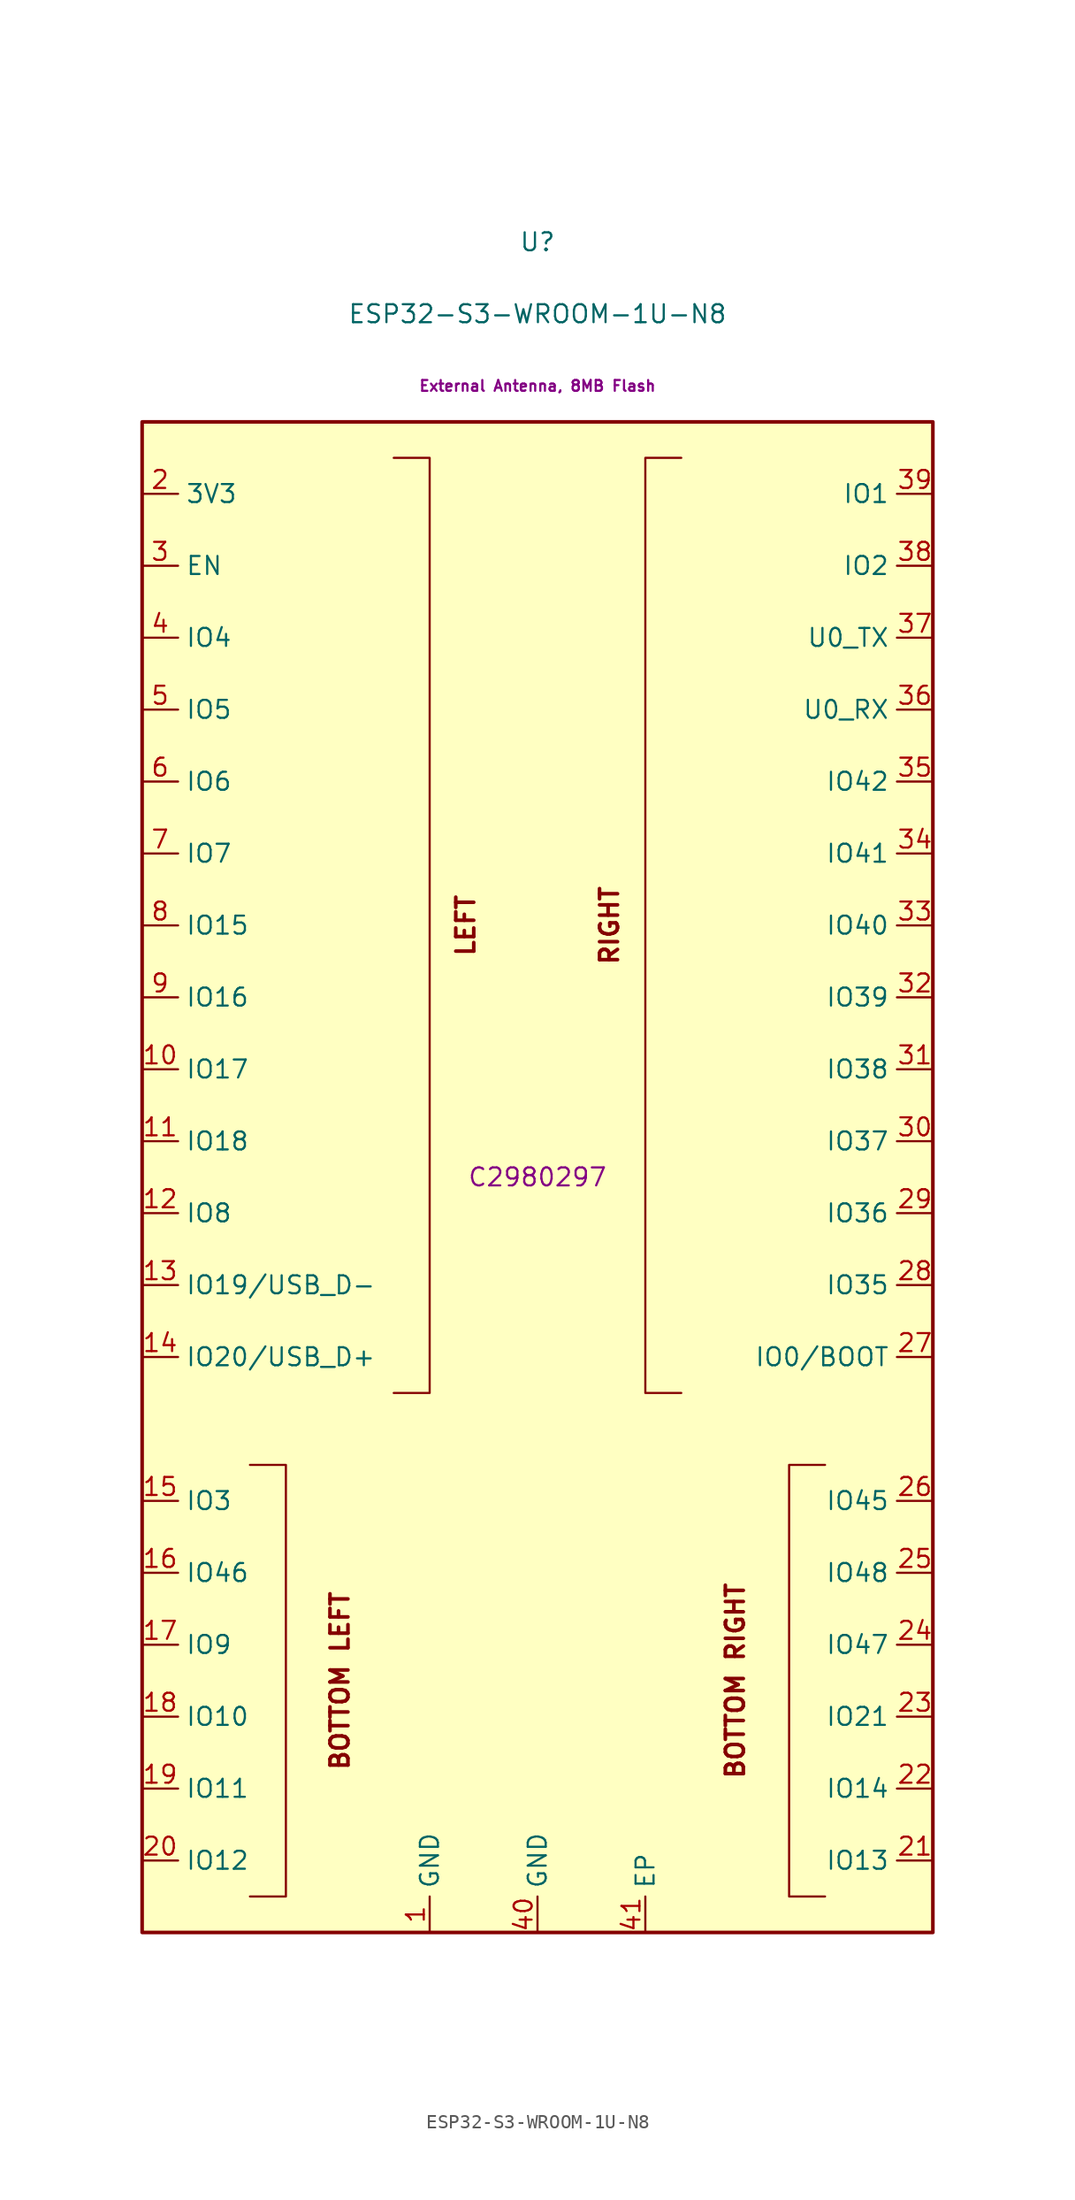
<source format=kicad_sym>
(kicad_symbol_lib
  (version 20231120)
  (generator "kicad_symbol_editor")
  (generator_version "8.0")
  (symbol "ESP32-S3-WROOM-1U-N8"
    (property "Reference" "U"
      (at 0 66.04 0)
      (effects (font (size 1.27 1.27))))
    (property "Value" "ESP32-S3-WROOM-1U-N8"
      (at 0 60.96 0)
      (effects (font (size 1.27 1.27))))
    (property "Extra Values" "External Antenna, 8MB Flash"
      (at 0 55.88 0)
      (effects (font (size 0.762 0.762) (bold yes))))
    (property "LCSC Part" "C2980297"
      (at 0 0 0)
      (effects (font (size 1.27 1.27))))
    (symbol "ESP32-S3-WROOM-1U-N8_0_0"
      (rectangle (start -27.94 53.34) (end 27.94 -53.34) (stroke (width 0.254) (type default)) (fill (type background))))
    (symbol "ESP32-S3-WROOM-1U-N8_0_1"
      (polyline (pts (xy -20.32 -50.8) (xy -17.78 -50.8) (xy -17.78 -20.32) (xy -20.32 -20.32)) (stroke (width 0) (type default)) (fill (type none)))
      (polyline (pts (xy -10.16 -15.24) (xy -7.62 -15.24) (xy -7.62 50.8) (xy -10.16 50.8)) (stroke (width 0) (type default)) (fill (type none)))
      (polyline (pts (xy 10.16 50.8) (xy 7.62 50.8) (xy 7.62 -15.24) (xy 10.16 -15.24)) (stroke (width 0) (type default)) (fill (type none)))
      (polyline (pts (xy 20.32 -20.32) (xy 17.78 -20.32) (xy 17.78 -50.8) (xy 20.32 -50.8)) (stroke (width 0) (type default)) (fill (type none))))
    (symbol "ESP32-S3-WROOM-1U-N8_1_1"
      (text "BOTTOM LEFT" (at -13.97 -35.56 900) (effects (font (size 1.27 1.27) (bold yes))))
      (text "BOTTOM RIGHT" (at 13.97 -35.56 900) (effects (font (size 1.27 1.27) (bold yes))))
      (text "LEFT" (at -5.08 17.78 900) (effects (font (size 1.27 1.27) (bold yes))))
      (text "RIGHT" (at 5.08 17.78 900) (effects (font (size 1.27 1.27) (bold yes))))
      (pin power_in line (at -7.62 -53.34 90) (length 2.54) (name "GND" (effects (font (size 1.27 1.27)))) (number "1" (effects (font (size 1.27 1.27)))))
      (pin bidirectional line (at -27.94 7.62 0) (length 2.54) (name "IO17" (effects (font (size 1.27 1.27)))) (number "10" (effects (font (size 1.27 1.27)))))
      (pin bidirectional line (at -27.94 2.54 0) (length 2.54) (name "IO18" (effects (font (size 1.27 1.27)))) (number "11" (effects (font (size 1.27 1.27)))))
      (pin bidirectional line (at -27.94 -2.54 0) (length 2.54) (name "IO8" (effects (font (size 1.27 1.27)))) (number "12" (effects (font (size 1.27 1.27)))))
      (pin bidirectional line (at -27.94 -7.62 0) (length 2.54) (name "IO19/USB_D-" (effects (font (size 1.27 1.27)))) (number "13" (effects (font (size 1.27 1.27)))))
      (pin bidirectional line (at -27.94 -12.7 0) (length 2.54) (name "IO20/USB_D+" (effects (font (size 1.27 1.27)))) (number "14" (effects (font (size 1.27 1.27)))))
      (pin bidirectional line (at -27.94 -22.86 0) (length 2.54) (name "IO3" (effects (font (size 1.27 1.27)))) (number "15" (effects (font (size 1.27 1.27)))))
      (pin bidirectional line (at -27.94 -27.94 0) (length 2.54) (name "IO46" (effects (font (size 1.27 1.27)))) (number "16" (effects (font (size 1.27 1.27)))))
      (pin bidirectional line (at -27.94 -33.02 0) (length 2.54) (name "IO9" (effects (font (size 1.27 1.27)))) (number "17" (effects (font (size 1.27 1.27)))))
      (pin bidirectional line (at -27.94 -38.1 0) (length 2.54) (name "IO10" (effects (font (size 1.27 1.27)))) (number "18" (effects (font (size 1.27 1.27)))))
      (pin bidirectional line (at -27.94 -43.18 0) (length 2.54) (name "IO11" (effects (font (size 1.27 1.27)))) (number "19" (effects (font (size 1.27 1.27)))))
      (pin power_in line (at -27.94 48.26 0) (length 2.54) (name "3V3" (effects (font (size 1.27 1.27)))) (number "2" (effects (font (size 1.27 1.27)))))
      (pin bidirectional line (at -27.94 -48.26 0) (length 2.54) (name "IO12" (effects (font (size 1.27 1.27)))) (number "20" (effects (font (size 1.27 1.27)))))
      (pin bidirectional line (at 27.94 -48.26 180) (length 2.54) (name "IO13" (effects (font (size 1.27 1.27)))) (number "21" (effects (font (size 1.27 1.27)))))
      (pin bidirectional line (at 27.94 -43.18 180) (length 2.54) (name "IO14" (effects (font (size 1.27 1.27)))) (number "22" (effects (font (size 1.27 1.27)))))
      (pin bidirectional line (at 27.94 -38.1 180) (length 2.54) (name "IO21" (effects (font (size 1.27 1.27)))) (number "23" (effects (font (size 1.27 1.27)))))
      (pin bidirectional line (at 27.94 -33.02 180) (length 2.54) (name "IO47" (effects (font (size 1.27 1.27)))) (number "24" (effects (font (size 1.27 1.27)))))
      (pin bidirectional line (at 27.94 -27.94 180) (length 2.54) (name "IO48" (effects (font (size 1.27 1.27)))) (number "25" (effects (font (size 1.27 1.27)))))
      (pin bidirectional line (at 27.94 -22.86 180) (length 2.54) (name "IO45" (effects (font (size 1.27 1.27)))) (number "26" (effects (font (size 1.27 1.27)))))
      (pin bidirectional line (at 27.94 -12.7 180) (length 2.54) (name "IO0/BOOT" (effects (font (size 1.27 1.27)))) (number "27" (effects (font (size 1.27 1.27)))))
      (pin bidirectional line (at 27.94 -7.62 180) (length 2.54) (name "IO35" (effects (font (size 1.27 1.27)))) (number "28" (effects (font (size 1.27 1.27)))))
      (pin bidirectional line (at 27.94 -2.54 180) (length 2.54) (name "IO36" (effects (font (size 1.27 1.27)))) (number "29" (effects (font (size 1.27 1.27)))))
      (pin input line (at -27.94 43.18 0) (length 2.54) (name "EN" (effects (font (size 1.27 1.27)))) (number "3" (effects (font (size 1.27 1.27)))))
      (pin bidirectional line (at 27.94 2.54 180) (length 2.54) (name "IO37" (effects (font (size 1.27 1.27)))) (number "30" (effects (font (size 1.27 1.27)))))
      (pin bidirectional line (at 27.94 7.62 180) (length 2.54) (name "IO38" (effects (font (size 1.27 1.27)))) (number "31" (effects (font (size 1.27 1.27)))))
      (pin bidirectional line (at 27.94 12.7 180) (length 2.54) (name "IO39" (effects (font (size 1.27 1.27)))) (number "32" (effects (font (size 1.27 1.27)))))
      (pin bidirectional line (at 27.94 17.78 180) (length 2.54) (name "IO40" (effects (font (size 1.27 1.27)))) (number "33" (effects (font (size 1.27 1.27)))))
      (pin bidirectional line (at 27.94 22.86 180) (length 2.54) (name "IO41" (effects (font (size 1.27 1.27)))) (number "34" (effects (font (size 1.27 1.27)))))
      (pin bidirectional line (at 27.94 27.94 180) (length 2.54) (name "IO42" (effects (font (size 1.27 1.27)))) (number "35" (effects (font (size 1.27 1.27)))))
      (pin bidirectional line (at 27.94 33.02 180) (length 2.54) (name "U0_RX" (effects (font (size 1.27 1.27)))) (number "36" (effects (font (size 1.27 1.27)))))
      (pin bidirectional line (at 27.94 38.1 180) (length 2.54) (name "U0_TX" (effects (font (size 1.27 1.27)))) (number "37" (effects (font (size 1.27 1.27)))))
      (pin bidirectional line (at 27.94 43.18 180) (length 2.54) (name "IO2" (effects (font (size 1.27 1.27)))) (number "38" (effects (font (size 1.27 1.27)))))
      (pin bidirectional line (at 27.94 48.26 180) (length 2.54) (name "IO1" (effects (font (size 1.27 1.27)))) (number "39" (effects (font (size 1.27 1.27)))))
      (pin bidirectional line (at -27.94 38.1 0) (length 2.54) (name "IO4" (effects (font (size 1.27 1.27)))) (number "4" (effects (font (size 1.27 1.27)))))
      (pin power_in line (at 0 -53.34 90) (length 2.54) (name "GND" (effects (font (size 1.27 1.27)))) (number "40" (effects (font (size 1.27 1.27)))))
      (pin power_in line (at 7.62 -53.34 90) (length 2.54) (name "EP" (effects (font (size 1.27 1.27)))) (number "41" (effects (font (size 1.27 1.27)))))
      (pin bidirectional line (at -27.94 33.02 0) (length 2.54) (name "IO5" (effects (font (size 1.27 1.27)))) (number "5" (effects (font (size 1.27 1.27)))))
      (pin bidirectional line (at -27.94 27.94 0) (length 2.54) (name "IO6" (effects (font (size 1.27 1.27)))) (number "6" (effects (font (size 1.27 1.27)))))
      (pin bidirectional line (at -27.94 22.86 0) (length 2.54) (name "IO7" (effects (font (size 1.27 1.27)))) (number "7" (effects (font (size 1.27 1.27)))))
      (pin bidirectional line (at -27.94 17.78 0) (length 2.54) (name "IO15" (effects (font (size 1.27 1.27)))) (number "8" (effects (font (size 1.27 1.27)))))
      (pin bidirectional line (at -27.94 12.7 0) (length 2.54) (name "IO16" (effects (font (size 1.27 1.27)))) (number "9" (effects (font (size 1.27 1.27))))))))
</source>
